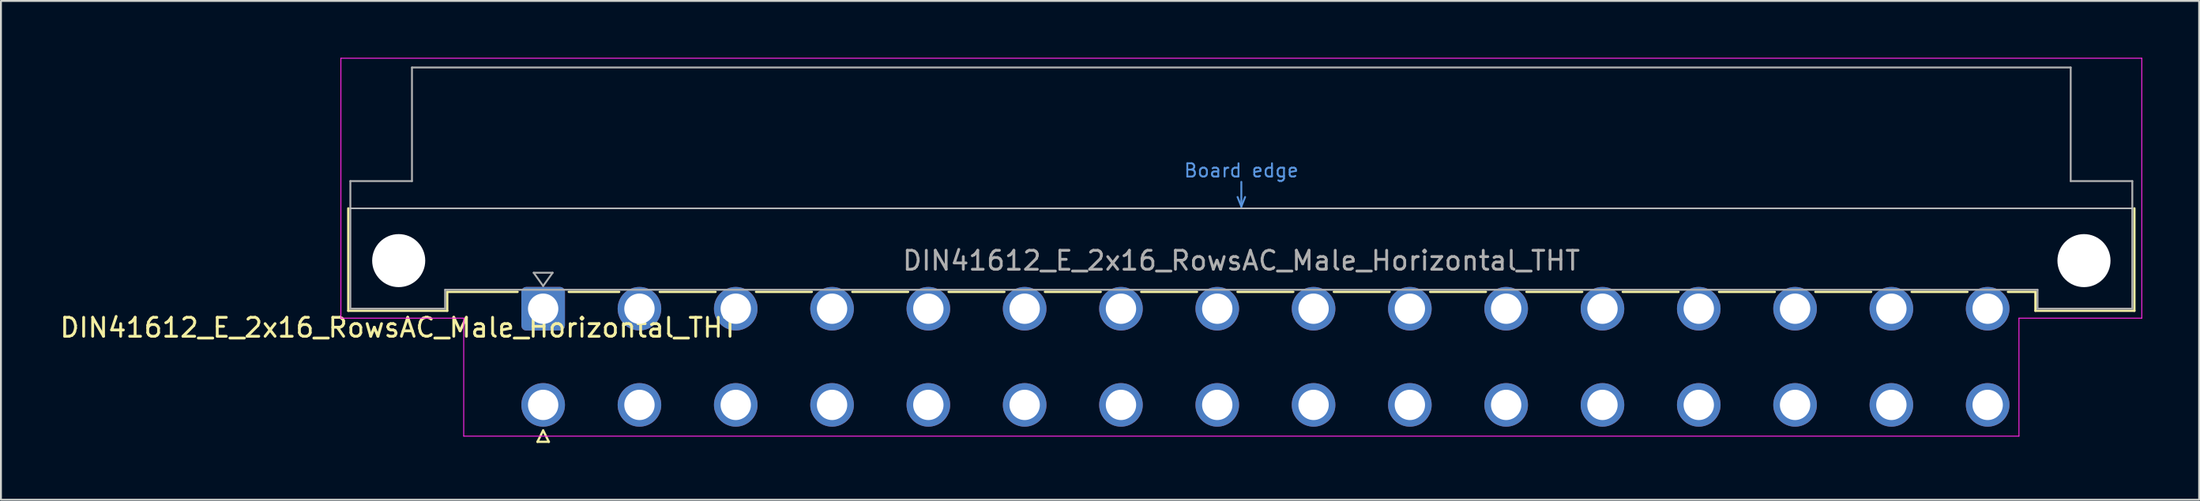
<source format=kicad_pcb>
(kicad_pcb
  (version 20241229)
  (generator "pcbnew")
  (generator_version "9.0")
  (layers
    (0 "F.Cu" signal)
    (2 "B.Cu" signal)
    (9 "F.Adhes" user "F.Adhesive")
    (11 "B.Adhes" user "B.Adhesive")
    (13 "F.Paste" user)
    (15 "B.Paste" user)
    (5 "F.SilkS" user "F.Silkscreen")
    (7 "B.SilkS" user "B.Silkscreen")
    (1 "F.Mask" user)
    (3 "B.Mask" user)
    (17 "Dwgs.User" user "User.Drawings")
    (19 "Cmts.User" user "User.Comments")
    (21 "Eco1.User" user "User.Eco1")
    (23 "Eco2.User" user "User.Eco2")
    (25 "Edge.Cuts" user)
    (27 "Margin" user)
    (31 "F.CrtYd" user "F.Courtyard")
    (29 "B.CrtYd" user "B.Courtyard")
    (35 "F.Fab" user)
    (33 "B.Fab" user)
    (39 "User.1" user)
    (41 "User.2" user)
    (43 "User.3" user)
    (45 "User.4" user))
  (footprint "DIN41612_E_2x16_RowsAC_Male_Horizontal_THT"
    (layer "F.Cu")
    (at 23.062 13.255)
    (property "Reference" "DIN41612_E_2x16_RowsAC_Male_Horizontal_THT" (at -5.08 1 0) (layer "F.SilkS") (effects (font (size 1 1) (thickness 0.15))))
    (attr through_hole)
    (fp_line (start -7.74 -5.3) (end -7.74 0.11) (stroke (width 0.12) (type solid)) (layer "F.SilkS"))
    (fp_line (start -7.74 0.11) (end -2.52 0.11) (stroke (width 0.12) (type solid)) (layer "F.SilkS"))
    (fp_line (start -2.521 -0.89) (end 1.191 -0.89) (stroke (width 0.12) (type solid)) (layer "F.SilkS"))
    (fp_line (start -2.52 0.11) (end -2.52 -0.89) (stroke (width 0.12) (type solid)) (layer "F.SilkS"))
    (fp_line (start 2.24 7.03) (end 2.84 7.03) (stroke (width 0.12) (type solid)) (layer "F.SilkS"))
    (fp_line (start 2.54 6.43) (end 2.24 7.03) (stroke (width 0.12) (type solid)) (layer "F.SilkS"))
    (fp_line (start 2.84 7.03) (end 2.54 6.43) (stroke (width 0.12) (type solid)) (layer "F.SilkS"))
    (fp_line (start 3.89 -0.89) (end 6.552 -0.89) (stroke (width 0.12) (type solid)) (layer "F.SilkS"))
    (fp_line (start 8.689 -0.89) (end 11.632 -0.89) (stroke (width 0.12) (type solid)) (layer "F.SilkS"))
    (fp_line (start 13.769 -0.89) (end 16.712 -0.89) (stroke (width 0.12) (type solid)) (layer "F.SilkS"))
    (fp_line (start 18.849 -0.89) (end 21.792 -0.89) (stroke (width 0.12) (type solid)) (layer "F.SilkS"))
    (fp_line (start 23.929 -0.89) (end 26.872 -0.89) (stroke (width 0.12) (type solid)) (layer "F.SilkS"))
    (fp_line (start 29.009 -0.89) (end 31.952 -0.89) (stroke (width 0.12) (type solid)) (layer "F.SilkS"))
    (fp_line (start 34.089 -0.89) (end 37.032 -0.89) (stroke (width 0.12) (type solid)) (layer "F.SilkS"))
    (fp_line (start 39.169 -0.89) (end 42.112 -0.89) (stroke (width 0.12) (type solid)) (layer "F.SilkS"))
    (fp_line (start 44.249 -0.89) (end 47.192 -0.89) (stroke (width 0.12) (type solid)) (layer "F.SilkS"))
    (fp_line (start 49.329 -0.89) (end 52.272 -0.89) (stroke (width 0.12) (type solid)) (layer "F.SilkS"))
    (fp_line (start 54.409 -0.89) (end 57.352 -0.89) (stroke (width 0.12) (type solid)) (layer "F.SilkS"))
    (fp_line (start 59.489 -0.89) (end 62.432 -0.89) (stroke (width 0.12) (type solid)) (layer "F.SilkS"))
    (fp_line (start 64.569 -0.89) (end 67.512 -0.89) (stroke (width 0.12) (type solid)) (layer "F.SilkS"))
    (fp_line (start 69.649 -0.89) (end 72.592 -0.89) (stroke (width 0.12) (type solid)) (layer "F.SilkS"))
    (fp_line (start 74.729 -0.89) (end 77.672 -0.89) (stroke (width 0.12) (type solid)) (layer "F.SilkS"))
    (fp_line (start 79.809 -0.89) (end 81.26 -0.89) (stroke (width 0.12) (type solid)) (layer "F.SilkS"))
    (fp_line (start 81.26 0.11) (end 81.26 -0.89) (stroke (width 0.12) (type solid)) (layer "F.SilkS"))
    (fp_line (start 86.48 -5.3) (end 86.48 0.11) (stroke (width 0.12) (type solid)) (layer "F.SilkS"))
    (fp_line (start 86.48 0.11) (end 81.26 0.11) (stroke (width 0.12) (type solid)) (layer "F.SilkS"))
    (fp_line (start -7.63 -5.3) (end 86.37 -5.3) (stroke (width 0.08) (type solid)) (layer "Dwgs.User"))
    (fp_line (start 39.17 -5.9) (end 39.37 -5.4) (stroke (width 0.1) (type solid)) (layer "Cmts.User"))
    (fp_line (start 39.37 -5.4) (end 39.37 -6.7) (stroke (width 0.1) (type solid)) (layer "Cmts.User"))
    (fp_line (start 39.37 -5.4) (end 39.57 -5.9) (stroke (width 0.1) (type solid)) (layer "Cmts.User"))
    (fp_line (start -8.13 -13.23) (end -8.13 0.5) (stroke (width 0.05) (type solid)) (layer "F.CrtYd"))
    (fp_line (start -8.13 0.5) (end -1.65 0.5) (stroke (width 0.05) (type solid)) (layer "F.CrtYd"))
    (fp_line (start -1.65 0.5) (end -1.65 6.73) (stroke (width 0.05) (type solid)) (layer "F.CrtYd"))
    (fp_line (start -1.65 6.73) (end 80.39 6.73) (stroke (width 0.05) (type solid)) (layer "F.CrtYd"))
    (fp_line (start 80.39 0.5) (end 86.87 0.5) (stroke (width 0.05) (type solid)) (layer "F.CrtYd"))
    (fp_line (start 80.39 6.73) (end 80.39 0.5) (stroke (width 0.05) (type solid)) (layer "F.CrtYd"))
    (fp_line (start 86.87 -13.23) (end -8.13 -13.23) (stroke (width 0.05) (type solid)) (layer "F.CrtYd"))
    (fp_line (start 86.87 0.5) (end 86.87 -13.23) (stroke (width 0.05) (type solid)) (layer "F.CrtYd"))
    (fp_line (start -7.63 -6.74) (end -7.63 0) (stroke (width 0.1) (type solid)) (layer "F.Fab"))
    (fp_line (start -7.63 0) (end -2.63 0) (stroke (width 0.1) (type solid)) (layer "F.Fab"))
    (fp_line (start -4.38 -12.74) (end -4.38 -6.74) (stroke (width 0.1) (type solid)) (layer "F.Fab"))
    (fp_line (start -4.38 -6.74) (end -7.63 -6.74) (stroke (width 0.1) (type solid)) (layer "F.Fab"))
    (fp_line (start -2.63 -1) (end 81.37 -1) (stroke (width 0.1) (type solid)) (layer "F.Fab"))
    (fp_line (start -2.63 0) (end -2.63 -1) (stroke (width 0.1) (type solid)) (layer "F.Fab"))
    (fp_line (start 2.04 -1.9) (end 3.04 -1.9) (stroke (width 0.1) (type solid)) (layer "F.Fab"))
    (fp_line (start 2.54 -1.2) (end 2.04 -1.9) (stroke (width 0.1) (type solid)) (layer "F.Fab"))
    (fp_line (start 3.04 -1.9) (end 2.54 -1.2) (stroke (width 0.1) (type solid)) (layer "F.Fab"))
    (fp_line (start 81.37 -1) (end 81.37 0) (stroke (width 0.1) (type solid)) (layer "F.Fab"))
    (fp_line (start 81.37 0) (end 86.37 0) (stroke (width 0.1) (type solid)) (layer "F.Fab"))
    (fp_line (start 83.12 -12.74) (end -4.38 -12.74) (stroke (width 0.1) (type solid)) (layer "F.Fab"))
    (fp_line (start 83.12 -6.74) (end 83.12 -12.74) (stroke (width 0.1) (type solid)) (layer "F.Fab"))
    (fp_line (start 86.37 -6.74) (end 83.12 -6.74) (stroke (width 0.1) (type solid)) (layer "F.Fab"))
    (fp_line (start 86.37 0) (end 86.37 -6.74) (stroke (width 0.1) (type solid)) (layer "F.Fab"))
    (fp_text user "Board edge" (at 39.37 -7.3 0) (layer "Cmts.User") (effects (font (size 0.7 0.7) (thickness 0.1))))
    (fp_text user "${REFERENCE}" (at 39.37 -2.54 0) (layer "F.Fab") (effects (font (size 1 1) (thickness 0.15))))
    (pad "" np_thru_hole circle (at -5.08 -2.54) (size 2.8 2.8) (drill 2.8) (layers "*.Cu" "*.Mask"))
    (pad "" np_thru_hole circle (at 83.82 -2.54) (size 2.8 2.8) (drill 2.8) (layers "*.Cu" "*.Mask"))
    (pad "a0" thru_hole roundrect (at 2.54 0) (size 2.3 2.3) (drill 1.6) (layers "*.Cu" "*.Mask") (roundrect_rratio 0.109))
    (pad "a1" thru_hole circle (at 7.62 0) (size 2.3 2.3) (drill 1.6) (layers "*.Cu" "*.Mask"))
    (pad "a2" thru_hole circle (at 12.7 0) (size 2.3 2.3) (drill 1.6) (layers "*.Cu" "*.Mask"))
    (pad "a3" thru_hole circle (at 17.78 0) (size 2.3 2.3) (drill 1.6) (layers "*.Cu" "*.Mask"))
    (pad "a4" thru_hole circle (at 22.86 0) (size 2.3 2.3) (drill 1.6) (layers "*.Cu" "*.Mask"))
    (pad "a5" thru_hole circle (at 27.94 0) (size 2.3 2.3) (drill 1.6) (layers "*.Cu" "*.Mask"))
    (pad "a6" thru_hole circle (at 33.02 0) (size 2.3 2.3) (drill 1.6) (layers "*.Cu" "*.Mask"))
    (pad "a7" thru_hole circle (at 38.1 0) (size 2.3 2.3) (drill 1.6) (layers "*.Cu" "*.Mask"))
    (pad "a8" thru_hole circle (at 43.18 0) (size 2.3 2.3) (drill 1.6) (layers "*.Cu" "*.Mask"))
    (pad "a9" thru_hole circle (at 48.26 0) (size 2.3 2.3) (drill 1.6) (layers "*.Cu" "*.Mask"))
    (pad "a10" thru_hole circle (at 53.34 0) (size 2.3 2.3) (drill 1.6) (layers "*.Cu" "*.Mask"))
    (pad "a11" thru_hole circle (at 58.42 0) (size 2.3 2.3) (drill 1.6) (layers "*.Cu" "*.Mask"))
    (pad "a12" thru_hole circle (at 63.5 0) (size 2.3 2.3) (drill 1.6) (layers "*.Cu" "*.Mask"))
    (pad "a13" thru_hole circle (at 68.58 0) (size 2.3 2.3) (drill 1.6) (layers "*.Cu" "*.Mask"))
    (pad "a14" thru_hole circle (at 73.66 0) (size 2.3 2.3) (drill 1.6) (layers "*.Cu" "*.Mask"))
    (pad "a15" thru_hole circle (at 78.74 0) (size 2.3 2.3) (drill 1.6) (layers "*.Cu" "*.Mask"))
    (pad "c0" thru_hole circle (at 2.54 5.08) (size 2.3 2.3) (drill 1.6) (layers "*.Cu" "*.Mask"))
    (pad "c1" thru_hole circle (at 7.62 5.08) (size 2.3 2.3) (drill 1.6) (layers "*.Cu" "*.Mask"))
    (pad "c2" thru_hole circle (at 12.7 5.08) (size 2.3 2.3) (drill 1.6) (layers "*.Cu" "*.Mask"))
    (pad "c3" thru_hole circle (at 17.78 5.08) (size 2.3 2.3) (drill 1.6) (layers "*.Cu" "*.Mask"))
    (pad "c4" thru_hole circle (at 22.86 5.08) (size 2.3 2.3) (drill 1.6) (layers "*.Cu" "*.Mask"))
    (pad "c5" thru_hole circle (at 27.94 5.08) (size 2.3 2.3) (drill 1.6) (layers "*.Cu" "*.Mask"))
    (pad "c6" thru_hole circle (at 33.02 5.08) (size 2.3 2.3) (drill 1.6) (layers "*.Cu" "*.Mask"))
    (pad "c7" thru_hole circle (at 38.1 5.08) (size 2.3 2.3) (drill 1.6) (layers "*.Cu" "*.Mask"))
    (pad "c8" thru_hole circle (at 43.18 5.08) (size 2.3 2.3) (drill 1.6) (layers "*.Cu" "*.Mask"))
    (pad "c9" thru_hole circle (at 48.26 5.08) (size 2.3 2.3) (drill 1.6) (layers "*.Cu" "*.Mask"))
    (pad "c10" thru_hole circle (at 53.34 5.08) (size 2.3 2.3) (drill 1.6) (layers "*.Cu" "*.Mask"))
    (pad "c11" thru_hole circle (at 58.42 5.08) (size 2.3 2.3) (drill 1.6) (layers "*.Cu" "*.Mask"))
    (pad "c12" thru_hole circle (at 63.5 5.08) (size 2.3 2.3) (drill 1.6) (layers "*.Cu" "*.Mask"))
    (pad "c13" thru_hole circle (at 68.58 5.08) (size 2.3 2.3) (drill 1.6) (layers "*.Cu" "*.Mask"))
    (pad "c14" thru_hole circle (at 73.66 5.08) (size 2.3 2.3) (drill 1.6) (layers "*.Cu" "*.Mask"))
    (pad "c15" thru_hole circle (at 78.74 5.08) (size 2.3 2.3) (drill 1.6) (layers "*.Cu" "*.Mask")))
  (gr_rect
    (start -3 -3)
    (end 112.957 23.345)
    (stroke (width 0.1) (type default))
    (fill no)
    (layer "Edge.Cuts")))
</source>
